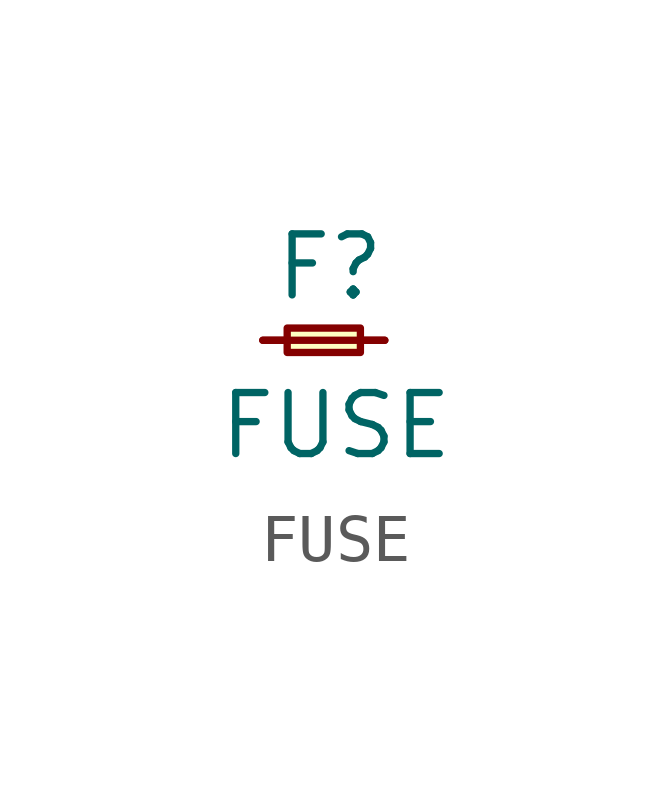
<source format=kicad_sym>
(kicad_symbol_lib
  (version 20211014)
  (generator kicad_symbol_editor)
  (symbol "FUSE"
    (pin_numbers hide)
    (pin_names
      (offset 1.016) hide)
    (property "Reference" "F"
      (at 1.397 1.524 0)
      (effects (font (size 1.27 1.27))))
    (property "Value" "FUSE"
      (at 1.524 -1.778 0)
      (effects (font (size 1.27 1.27))))
    (symbol "FUSE_0_1"
      (polyline (pts (xy 0 0) (xy 2.54 0)) (stroke (width 0) (type default) (color 0 0 0 0)) (fill (type none))))
    (symbol "FUSE_1_1"
      (rectangle (start 0.508 0.254) (end 2.032 -0.254) (stroke (width 0) (type default) (color 0 0 0 0)) (fill (type background)))
      (pin passive line (at 0 0 0) (length 0.508) (name "~" (effects (font (size 1.27 1.27)))) (number "1" (effects (font (size 1.27 1.27)))))
      (pin passive line (at 2.54 0 180) (length 0.508) (name "~" (effects (font (size 1.27 1.27)))) (number "2" (effects (font (size 1.27 1.27))))))))
</source>
